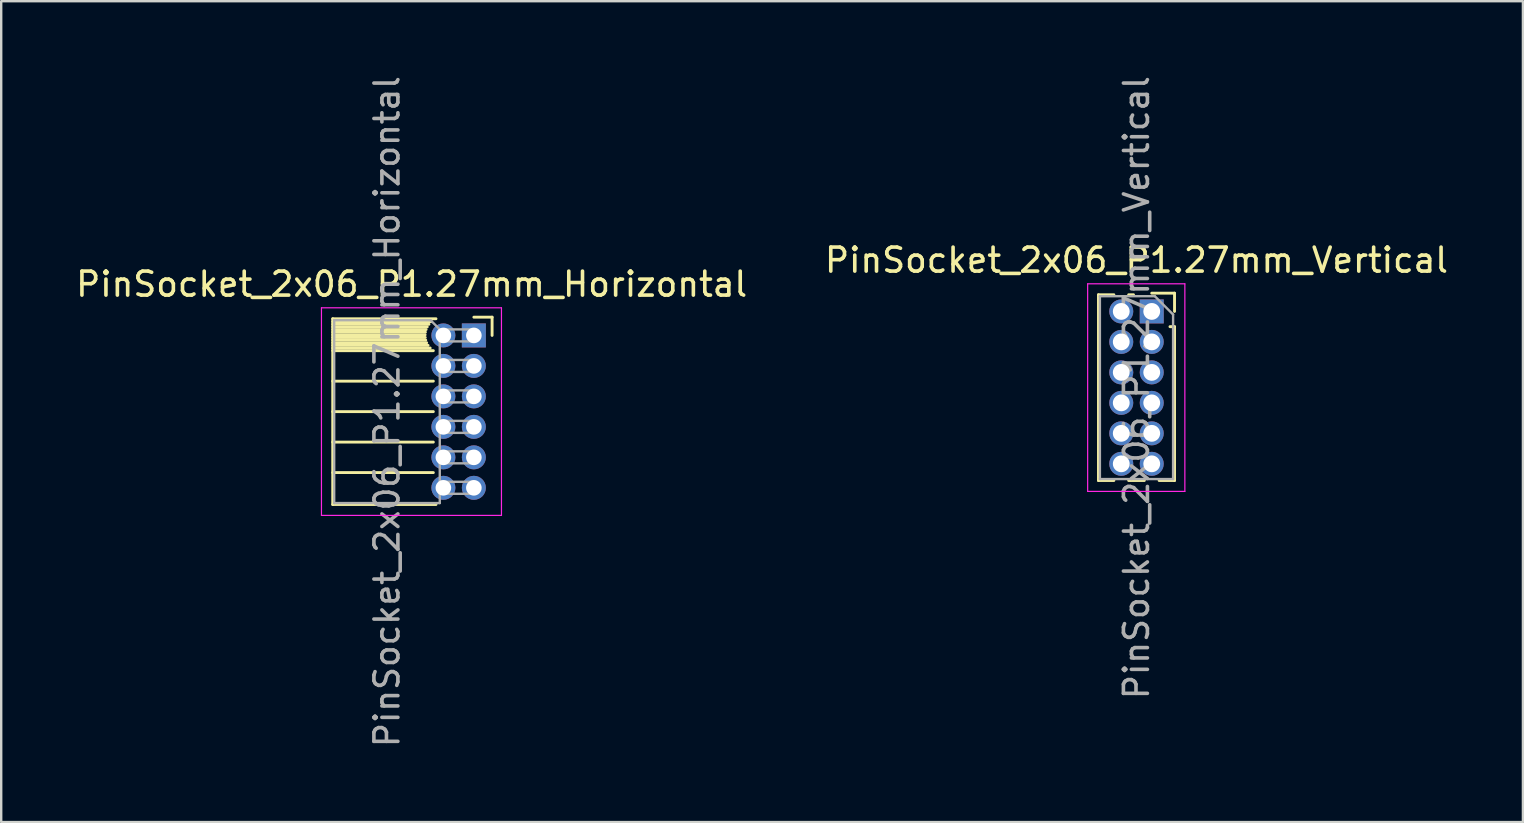
<source format=kicad_pcb>
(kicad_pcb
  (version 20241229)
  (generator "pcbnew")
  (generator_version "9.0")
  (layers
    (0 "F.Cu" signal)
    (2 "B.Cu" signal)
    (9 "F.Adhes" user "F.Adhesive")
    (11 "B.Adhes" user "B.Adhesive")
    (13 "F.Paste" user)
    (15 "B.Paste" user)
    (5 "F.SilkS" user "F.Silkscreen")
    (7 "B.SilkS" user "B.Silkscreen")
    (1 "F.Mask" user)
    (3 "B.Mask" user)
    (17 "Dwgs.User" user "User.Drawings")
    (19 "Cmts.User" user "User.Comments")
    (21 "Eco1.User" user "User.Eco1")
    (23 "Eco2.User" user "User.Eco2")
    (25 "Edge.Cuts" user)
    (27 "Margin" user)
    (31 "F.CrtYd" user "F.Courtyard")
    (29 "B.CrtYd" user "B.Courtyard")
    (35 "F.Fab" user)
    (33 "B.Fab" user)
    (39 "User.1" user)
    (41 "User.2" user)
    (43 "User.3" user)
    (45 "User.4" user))
  (footprint "PinSocket_2x06_P1.27mm_Horizontal"
    (layer "F.Cu")
    (at 16.694 10.926)
    (property "Reference" "PinSocket_2x06_P1.27mm_Horizontal" (at -2.592 -2.135 0) (layer "F.SilkS") (effects (font (size 1 1) (thickness 0.15))))
    (attr through_hole)
    (fp_line (start -5.88 -0.695) (end -5.88 7.045) (stroke (width 0.12) (type solid)) (layer "F.SilkS"))
    (fp_line (start -5.88 -0.695) (end -1.578 -0.695) (stroke (width 0.12) (type solid)) (layer "F.SilkS"))
    (fp_line (start -5.88 -0.575) (end -1.767 -0.575) (stroke (width 0.12) (type solid)) (layer "F.SilkS"))
    (fp_line (start -5.88 -0.465) (end -1.871 -0.465) (stroke (width 0.12) (type solid)) (layer "F.SilkS"))
    (fp_line (start -5.88 -0.355) (end -1.942 -0.355) (stroke (width 0.12) (type solid)) (layer "F.SilkS"))
    (fp_line (start -5.88 -0.245) (end -1.989 -0.245) (stroke (width 0.12) (type solid)) (layer "F.SilkS"))
    (fp_line (start -5.88 -0.135) (end -2.018 -0.135) (stroke (width 0.12) (type solid)) (layer "F.SilkS"))
    (fp_line (start -5.88 -0.025) (end -2.03 -0.025) (stroke (width 0.12) (type solid)) (layer "F.SilkS"))
    (fp_line (start -5.88 0.085) (end -2.025 0.085) (stroke (width 0.12) (type solid)) (layer "F.SilkS"))
    (fp_line (start -5.88 0.195) (end -2.005 0.195) (stroke (width 0.12) (type solid)) (layer "F.SilkS"))
    (fp_line (start -5.88 0.305) (end -1.966 0.305) (stroke (width 0.12) (type solid)) (layer "F.SilkS"))
    (fp_line (start -5.88 0.415) (end -1.907 0.415) (stroke (width 0.12) (type solid)) (layer "F.SilkS"))
    (fp_line (start -5.88 0.525) (end -1.82 0.525) (stroke (width 0.12) (type solid)) (layer "F.SilkS"))
    (fp_line (start -5.88 0.635) (end -1.688 0.635) (stroke (width 0.12) (type solid)) (layer "F.SilkS"))
    (fp_line (start -5.88 1.905) (end -1.688 1.905) (stroke (width 0.12) (type solid)) (layer "F.SilkS"))
    (fp_line (start -5.88 3.175) (end -1.688 3.175) (stroke (width 0.12) (type solid)) (layer "F.SilkS"))
    (fp_line (start -5.88 4.445) (end -1.688 4.445) (stroke (width 0.12) (type solid)) (layer "F.SilkS"))
    (fp_line (start -5.88 5.715) (end -1.688 5.715) (stroke (width 0.12) (type solid)) (layer "F.SilkS"))
    (fp_line (start -5.88 7.045) (end -1.578 7.045) (stroke (width 0.12) (type solid)) (layer "F.SilkS"))
    (fp_line (start 0 -0.76) (end 0.76 -0.76) (stroke (width 0.12) (type solid)) (layer "F.SilkS"))
    (fp_line (start 0.76 -0.76) (end 0.76 0) (stroke (width 0.12) (type solid)) (layer "F.SilkS"))
    (fp_line (start -6.35 -1.15) (end -6.35 7.5) (stroke (width 0.05) (type solid)) (layer "F.CrtYd"))
    (fp_line (start -6.35 7.5) (end 1.15 7.5) (stroke (width 0.05) (type solid)) (layer "F.CrtYd"))
    (fp_line (start 1.15 -1.15) (end -6.35 -1.15) (stroke (width 0.05) (type solid)) (layer "F.CrtYd"))
    (fp_line (start 1.15 7.5) (end 1.15 -1.15) (stroke (width 0.05) (type solid)) (layer "F.CrtYd"))
    (fp_line (start -5.82 -0.635) (end -1.805 -0.635) (stroke (width 0.1) (type solid)) (layer "F.Fab"))
    (fp_line (start -5.82 6.985) (end -5.82 -0.635) (stroke (width 0.1) (type solid)) (layer "F.Fab"))
    (fp_line (start -1.805 -0.635) (end -1.42 -0.25) (stroke (width 0.1) (type solid)) (layer "F.Fab"))
    (fp_line (start -1.42 -0.25) (end -1.42 6.985) (stroke (width 0.1) (type solid)) (layer "F.Fab"))
    (fp_line (start -1.42 0.25) (end 0 0.25) (stroke (width 0.1) (type solid)) (layer "F.Fab"))
    (fp_line (start -1.42 1.52) (end 0 1.52) (stroke (width 0.1) (type solid)) (layer "F.Fab"))
    (fp_line (start -1.42 2.79) (end 0 2.79) (stroke (width 0.1) (type solid)) (layer "F.Fab"))
    (fp_line (start -1.42 4.06) (end 0 4.06) (stroke (width 0.1) (type solid)) (layer "F.Fab"))
    (fp_line (start -1.42 5.33) (end 0 5.33) (stroke (width 0.1) (type solid)) (layer "F.Fab"))
    (fp_line (start -1.42 6.6) (end 0 6.6) (stroke (width 0.1) (type solid)) (layer "F.Fab"))
    (fp_line (start -1.42 6.985) (end -5.82 6.985) (stroke (width 0.1) (type solid)) (layer "F.Fab"))
    (fp_line (start 0 -0.25) (end -1.42 -0.25) (stroke (width 0.1) (type solid)) (layer "F.Fab"))
    (fp_line (start 0 0.25) (end 0 -0.25) (stroke (width 0.1) (type solid)) (layer "F.Fab"))
    (fp_line (start 0 1.02) (end -1.42 1.02) (stroke (width 0.1) (type solid)) (layer "F.Fab"))
    (fp_line (start 0 1.52) (end 0 1.02) (stroke (width 0.1) (type solid)) (layer "F.Fab"))
    (fp_line (start 0 2.29) (end -1.42 2.29) (stroke (width 0.1) (type solid)) (layer "F.Fab"))
    (fp_line (start 0 2.79) (end 0 2.29) (stroke (width 0.1) (type solid)) (layer "F.Fab"))
    (fp_line (start 0 3.56) (end -1.42 3.56) (stroke (width 0.1) (type solid)) (layer "F.Fab"))
    (fp_line (start 0 4.06) (end 0 3.56) (stroke (width 0.1) (type solid)) (layer "F.Fab"))
    (fp_line (start 0 4.83) (end -1.42 4.83) (stroke (width 0.1) (type solid)) (layer "F.Fab"))
    (fp_line (start 0 5.33) (end 0 4.83) (stroke (width 0.1) (type solid)) (layer "F.Fab"))
    (fp_line (start 0 6.1) (end -1.42 6.1) (stroke (width 0.1) (type solid)) (layer "F.Fab"))
    (fp_line (start 0 6.6) (end 0 6.1) (stroke (width 0.1) (type solid)) (layer "F.Fab"))
    (fp_text user "${REFERENCE}" (at -3.62 3.175 90) (layer "F.Fab") (effects (font (size 1 1) (thickness 0.15))))
    (pad "1" thru_hole rect (at 0 0) (size 1 1) (drill 0.65) (layers "*.Cu" "*.Mask"))
    (pad "2" thru_hole circle (at -1.27 0) (size 1 1) (drill 0.65) (layers "*.Cu" "*.Mask"))
    (pad "3" thru_hole circle (at 0 1.27) (size 1 1) (drill 0.65) (layers "*.Cu" "*.Mask"))
    (pad "4" thru_hole circle (at -1.27 1.27) (size 1 1) (drill 0.65) (layers "*.Cu" "*.Mask"))
    (pad "5" thru_hole circle (at 0 2.54) (size 1 1) (drill 0.65) (layers "*.Cu" "*.Mask"))
    (pad "6" thru_hole circle (at -1.27 2.54) (size 1 1) (drill 0.65) (layers "*.Cu" "*.Mask"))
    (pad "7" thru_hole circle (at 0 3.81) (size 1 1) (drill 0.65) (layers "*.Cu" "*.Mask"))
    (pad "8" thru_hole circle (at -1.27 3.81) (size 1 1) (drill 0.65) (layers "*.Cu" "*.Mask"))
    (pad "9" thru_hole circle (at 0 5.08) (size 1 1) (drill 0.65) (layers "*.Cu" "*.Mask"))
    (pad "10" thru_hole circle (at -1.27 5.08) (size 1 1) (drill 0.65) (layers "*.Cu" "*.Mask"))
    (pad "11" thru_hole circle (at 0 6.35) (size 1 1) (drill 0.65) (layers "*.Cu" "*.Mask"))
    (pad "12" thru_hole circle (at -1.27 6.35) (size 1 1) (drill 0.65) (layers "*.Cu" "*.Mask")))
  (footprint "PinSocket_2x06_P1.27mm_Vertical"
    (layer "F.Cu")
    (at 44.939 9.926)
    (property "Reference" "PinSocket_2x06_P1.27mm_Vertical" (at -0.635 -2.135 0) (layer "F.SilkS") (effects (font (size 1 1) (thickness 0.15))))
    (attr through_hole)
    (fp_line (start -2.22 -0.695) (end -2.22 7.045) (stroke (width 0.12) (type solid)) (layer "F.SilkS"))
    (fp_line (start -2.22 -0.695) (end -1.578 -0.695) (stroke (width 0.12) (type solid)) (layer "F.SilkS"))
    (fp_line (start -2.22 7.045) (end -1.578 7.045) (stroke (width 0.12) (type solid)) (layer "F.SilkS"))
    (fp_line (start -0.962 -0.695) (end -0.76 -0.695) (stroke (width 0.12) (type solid)) (layer "F.SilkS"))
    (fp_line (start -0.962 7.045) (end -0.308 7.045) (stroke (width 0.12) (type solid)) (layer "F.SilkS"))
    (fp_line (start 0 -0.76) (end 0.95 -0.76) (stroke (width 0.12) (type solid)) (layer "F.SilkS"))
    (fp_line (start 0.308 7.045) (end 0.95 7.045) (stroke (width 0.12) (type solid)) (layer "F.SilkS"))
    (fp_line (start 0.76 0.635) (end 0.95 0.635) (stroke (width 0.12) (type solid)) (layer "F.SilkS"))
    (fp_line (start 0.95 -0.76) (end 0.95 0) (stroke (width 0.12) (type solid)) (layer "F.SilkS"))
    (fp_line (start 0.95 0.635) (end 0.95 7.045) (stroke (width 0.12) (type solid)) (layer "F.SilkS"))
    (fp_line (start -2.67 -1.15) (end 1.38 -1.15) (stroke (width 0.05) (type solid)) (layer "F.CrtYd"))
    (fp_line (start -2.67 7.5) (end -2.67 -1.15) (stroke (width 0.05) (type solid)) (layer "F.CrtYd"))
    (fp_line (start 1.38 -1.15) (end 1.38 7.5) (stroke (width 0.05) (type solid)) (layer "F.CrtYd"))
    (fp_line (start 1.38 7.5) (end -2.67 7.5) (stroke (width 0.05) (type solid)) (layer "F.CrtYd"))
    (fp_line (start -2.16 -0.635) (end 0.128 -0.635) (stroke (width 0.1) (type solid)) (layer "F.Fab"))
    (fp_line (start -2.16 6.985) (end -2.16 -0.635) (stroke (width 0.1) (type solid)) (layer "F.Fab"))
    (fp_line (start 0.128 -0.635) (end 0.89 0.128) (stroke (width 0.1) (type solid)) (layer "F.Fab"))
    (fp_line (start 0.89 0.128) (end 0.89 6.985) (stroke (width 0.1) (type solid)) (layer "F.Fab"))
    (fp_line (start 0.89 6.985) (end -2.16 6.985) (stroke (width 0.1) (type solid)) (layer "F.Fab"))
    (fp_text user "${REFERENCE}" (at -0.635 3.175 90) (layer "F.Fab") (effects (font (size 1 1) (thickness 0.15))))
    (pad "1" thru_hole rect (at 0 0) (size 1 1) (drill 0.7) (layers "*.Cu" "*.Mask"))
    (pad "2" thru_hole circle (at -1.27 0) (size 1 1) (drill 0.7) (layers "*.Cu" "*.Mask"))
    (pad "3" thru_hole circle (at 0 1.27) (size 1 1) (drill 0.7) (layers "*.Cu" "*.Mask"))
    (pad "4" thru_hole circle (at -1.27 1.27) (size 1 1) (drill 0.7) (layers "*.Cu" "*.Mask"))
    (pad "5" thru_hole circle (at 0 2.54) (size 1 1) (drill 0.7) (layers "*.Cu" "*.Mask"))
    (pad "6" thru_hole circle (at -1.27 2.54) (size 1 1) (drill 0.7) (layers "*.Cu" "*.Mask"))
    (pad "7" thru_hole circle (at 0 3.81) (size 1 1) (drill 0.7) (layers "*.Cu" "*.Mask"))
    (pad "8" thru_hole circle (at -1.27 3.81) (size 1 1) (drill 0.7) (layers "*.Cu" "*.Mask"))
    (pad "9" thru_hole circle (at 0 5.08) (size 1 1) (drill 0.7) (layers "*.Cu" "*.Mask"))
    (pad "10" thru_hole circle (at -1.27 5.08) (size 1 1) (drill 0.7) (layers "*.Cu" "*.Mask"))
    (pad "11" thru_hole circle (at 0 6.35) (size 1 1) (drill 0.7) (layers "*.Cu" "*.Mask"))
    (pad "12" thru_hole circle (at -1.27 6.35) (size 1 1) (drill 0.7) (layers "*.Cu" "*.Mask")))
  (gr_rect
    (start -3 -3)
    (end 60.405 31.202)
    (stroke (width 0.1) (type default))
    (fill no)
    (layer "Edge.Cuts")))
</source>
